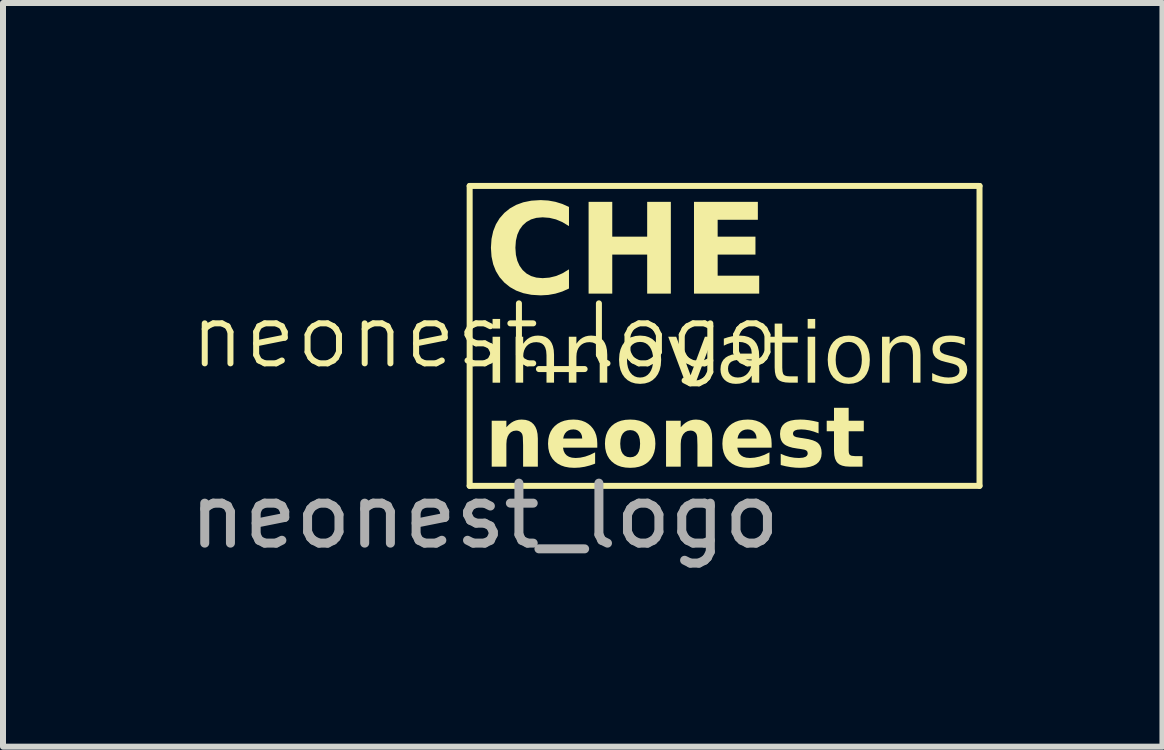
<source format=kicad_pcb>
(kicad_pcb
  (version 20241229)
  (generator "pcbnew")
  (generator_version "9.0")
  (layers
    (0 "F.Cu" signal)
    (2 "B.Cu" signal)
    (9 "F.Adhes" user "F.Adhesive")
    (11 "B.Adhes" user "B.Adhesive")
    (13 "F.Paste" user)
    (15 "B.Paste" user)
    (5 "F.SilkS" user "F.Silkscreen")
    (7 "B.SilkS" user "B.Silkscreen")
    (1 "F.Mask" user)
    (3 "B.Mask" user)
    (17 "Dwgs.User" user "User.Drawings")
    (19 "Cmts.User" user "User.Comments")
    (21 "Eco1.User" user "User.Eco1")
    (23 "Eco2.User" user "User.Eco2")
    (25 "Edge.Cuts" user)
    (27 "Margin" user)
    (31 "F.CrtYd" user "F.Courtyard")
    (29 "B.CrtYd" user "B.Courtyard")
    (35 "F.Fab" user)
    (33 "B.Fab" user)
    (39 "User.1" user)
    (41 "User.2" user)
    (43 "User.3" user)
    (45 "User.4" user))
  (footprint "neonest_logo"
    (layer "F.Cu")
    (at 5.03 3.05)
    (property "Reference" "neonest_logo" (at 0 -0.5 0) (unlocked yes) (layer "F.SilkS") (effects (font (size 1 1) (thickness 0.1))))
    (fp_line (start -0.25 -3) (end 8.25 -3) (stroke (width 0.1) (type default)) (layer "F.SilkS"))
    (fp_line (start -0.25 2) (end -0.25 -3) (stroke (width 0.1) (type default)) (layer "F.SilkS"))
    (fp_line (start 8.25 -3) (end 8.25 2) (stroke (width 0.1) (type default)) (layer "F.SilkS"))
    (fp_line (start 8.25 2) (end -0.25 2) (stroke (width 0.1) (type default)) (layer "F.SilkS"))
    (fp_text user "innovations" (at 0 0.45 0) (unlocked yes) (layer "F.SilkS") (effects (font (face "Verdana") (size 1 1) (thickness 0.1) (italic yes)) (justify left bottom)))
    (fp_text user "neonest" (at 0 1.85 0) (unlocked yes) (layer "F.SilkS") (effects (font (face "Verdana") (size 1 1) (thickness 0.2) (bold yes) (italic yes)) (justify left bottom)))
    (fp_text user "CHE" (at 0 -0.95 0) (unlocked yes) (layer "F.SilkS") (effects (font (face "Verdana") (size 1.5 1.5) (thickness 0.375) (bold yes)) (justify left bottom)))
    (fp_text user "${REFERENCE}" (at 0 2.5 0) (unlocked yes) (layer "F.Fab") (effects (font (size 1 1) (thickness 0.15)))))
  (gr_rect
    (start -3 -3)
    (end 16.33 9.398)
    (stroke (width 0.1) (type default))
    (fill no)
    (layer "Edge.Cuts")))
</source>
